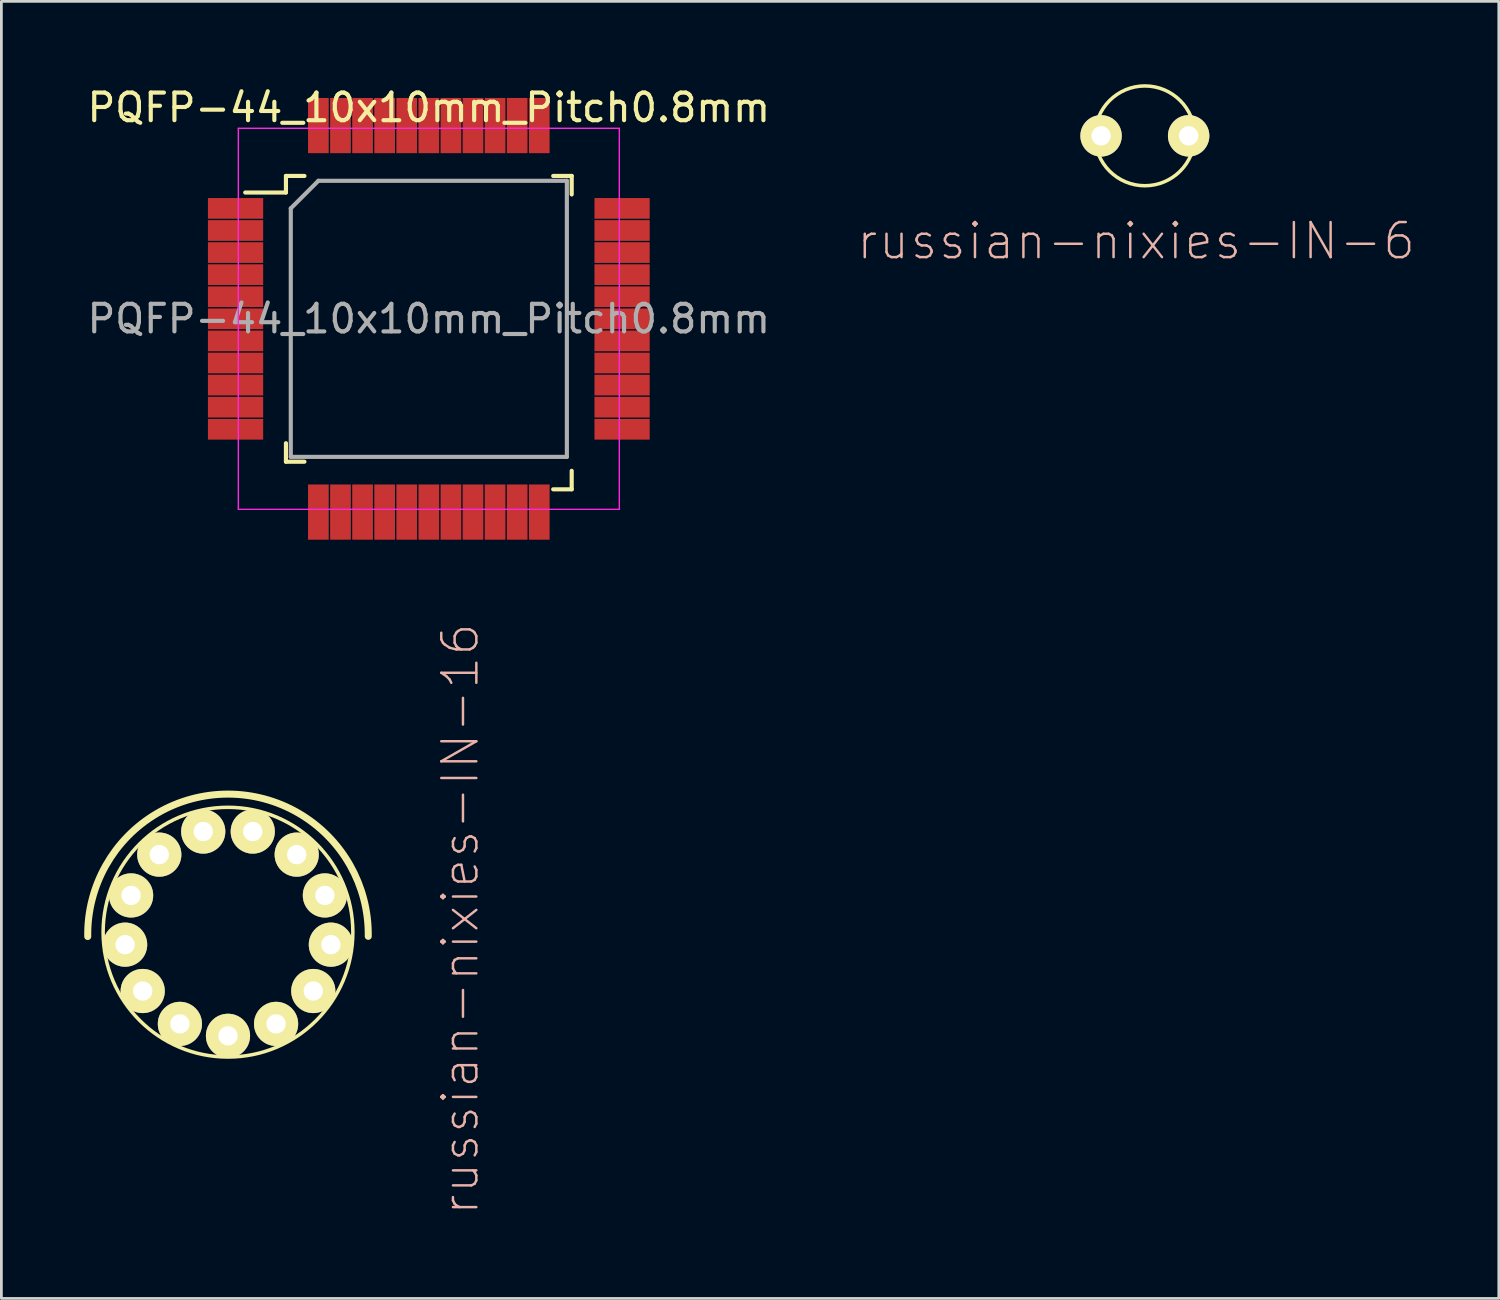
<source format=kicad_pcb>
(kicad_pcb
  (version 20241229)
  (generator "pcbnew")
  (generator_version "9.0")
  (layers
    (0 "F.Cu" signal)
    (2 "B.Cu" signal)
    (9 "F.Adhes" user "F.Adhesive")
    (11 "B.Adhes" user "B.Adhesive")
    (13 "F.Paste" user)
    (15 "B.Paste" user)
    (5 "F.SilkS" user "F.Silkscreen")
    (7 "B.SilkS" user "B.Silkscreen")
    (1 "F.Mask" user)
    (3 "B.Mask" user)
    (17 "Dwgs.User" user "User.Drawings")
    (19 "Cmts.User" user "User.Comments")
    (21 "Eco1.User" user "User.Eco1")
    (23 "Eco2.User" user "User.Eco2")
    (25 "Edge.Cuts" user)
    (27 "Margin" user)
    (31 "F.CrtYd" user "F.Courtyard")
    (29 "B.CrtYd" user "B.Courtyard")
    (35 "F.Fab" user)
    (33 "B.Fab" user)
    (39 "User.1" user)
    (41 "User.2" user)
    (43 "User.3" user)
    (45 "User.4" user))
  (footprint "russian-nixies-IN-6"
    (layer "F.Cu")
    (at 38.418 1.87)
    (property "Reference" "russian-nixies-IN-6" (at -0.318 3.81 180) (layer "B.SilkS") (effects (font (size 1.27 1.27) (thickness 0.089))))
    (attr exclude_from_pos_files exclude_from_bom)
    (fp_circle (center 0 0) (end -1.278 1.278) (stroke (width 0.127) (type solid)) (fill no) (layer "F.SilkS"))
    (pad "A" thru_hole circle (at -1.587 0) (size 1.5 1.5) (drill 0.7) (layers "*.Cu" "F.Mask" "F.SilkS" "F.Paste"))
    (pad "K" thru_hole circle (at 1.585 0) (size 1.5 1.5) (drill 0.7) (layers "*.Cu" "F.Mask" "F.SilkS" "F.Paste")))
  (footprint "russian-nixies-IN-16"
    (layer "F.Cu")
    (at 5.208 30.714)
    (property "Reference" "russian-nixies-IN-16" (at 8.412 -0.475 90) (layer "B.SilkS") (effects (font (size 1.27 1.27) (thickness 0.089))))
    (attr exclude_from_pos_files exclude_from_bom)
    (fp_arc (start -5.08 0.15748) (mid -0.003371 -5.001869) (end 5.0801 0.150739) (stroke (width 0.254) (type solid)) (layer "F.SilkS"))
    (fp_circle (center 0 0) (end -3.198 3.198) (stroke (width 0.127) (type solid)) (fill no) (layer "F.SilkS"))
    (pad "0" thru_hole circle (at -1.742 3.322) (size 1.6 1.6) (drill 0.7) (layers "*.Cu" "F.Mask" "F.SilkS" "F.Paste"))
    (pad "1" thru_hole circle (at 1.742 3.322) (size 1.6 1.6) (drill 0.7) (layers "*.Cu" "F.Mask" "F.SilkS" "F.Paste"))
    (pad "2" thru_hole circle (at 3.089 2.131) (size 1.6 1.6) (drill 0.7) (layers "*.Cu" "F.Mask" "F.SilkS" "F.Paste"))
    (pad "3" thru_hole circle (at 3.726 0.452) (size 1.6 1.6) (drill 0.7) (layers "*.Cu" "F.Mask" "F.SilkS" "F.Paste"))
    (pad "4" thru_hole circle (at 2.489 -2.809) (size 1.6 1.6) (drill 0.7) (layers "*.Cu" "F.Mask" "F.SilkS" "F.Paste"))
    (pad "5" thru_hole circle (at 0.897 -3.645) (size 1.6 1.6) (drill 0.7) (layers "*.Cu" "F.Mask" "F.SilkS" "F.Paste"))
    (pad "6" thru_hole circle (at -0.897 -3.645) (size 1.6 1.6) (drill 0.7) (layers "*.Cu" "F.Mask" "F.SilkS" "F.Paste"))
    (pad "7" thru_hole circle (at -2.489 -2.809) (size 1.6 1.6) (drill 0.7) (layers "*.Cu" "F.Mask" "F.SilkS" "F.Paste"))
    (pad "8" thru_hole circle (at -3.726 0.452) (size 1.6 1.6) (drill 0.7) (layers "*.Cu" "F.Mask" "F.SilkS" "F.Paste"))
    (pad "9" thru_hole circle (at -3.089 2.131) (size 1.6 1.6) (drill 0.7) (layers "*.Cu" "F.Mask" "F.SilkS" "F.Paste"))
    (pad "A" thru_hole circle (at 0 3.754) (size 1.6 1.6) (drill 0.7) (layers "*.Cu" "F.Mask" "F.SilkS" "F.Paste"))
    (pad "LHDP" thru_hole circle (at -3.51 -1.331) (size 1.6 1.6) (drill 0.7) (layers "*.Cu" "F.Mask" "F.SilkS" "F.Paste"))
    (pad "RHDP" thru_hole circle (at 3.51 -1.331) (size 1.6 1.6) (drill 0.7) (layers "*.Cu" "F.Mask" "F.SilkS" "F.Paste")))
  (footprint "PQFP-44_10x10mm_Pitch0.8mm"
    (layer "F.Cu")
    (at 12.482 8.498)
    (property "Reference" "PQFP-44_10x10mm_Pitch0.8mm" (at 0 -7.65 0) (layer "F.SilkS") (effects (font (size 1 1) (thickness 0.15))))
    (attr smd)
    (fp_line (start -5.175 -5.175) (end -5.175 -4.575) (stroke (width 0.15) (type solid)) (layer "F.SilkS"))
    (fp_line (start -5.175 -5.175) (end -4.505 -5.175) (stroke (width 0.15) (type solid)) (layer "F.SilkS"))
    (fp_line (start -5.175 -4.575) (end -6.65 -4.575) (stroke (width 0.15) (type solid)) (layer "F.SilkS"))
    (fp_line (start -5.175 5.175) (end -5.175 4.505) (stroke (width 0.15) (type solid)) (layer "F.SilkS"))
    (fp_line (start -5.175 5.175) (end -4.505 5.175) (stroke (width 0.15) (type solid)) (layer "F.SilkS"))
    (fp_line (start 5.175 -5.175) (end 4.505 -5.175) (stroke (width 0.15) (type solid)) (layer "F.SilkS"))
    (fp_line (start 5.175 -5.175) (end 5.175 -4.505) (stroke (width 0.15) (type solid)) (layer "F.SilkS"))
    (fp_line (start 5.175 6.175) (end 4.505 6.175) (stroke (width 0.15) (type solid)) (layer "F.SilkS"))
    (fp_line (start 5.175 6.175) (end 5.175 5.505) (stroke (width 0.15) (type solid)) (layer "F.SilkS"))
    (fp_line (start -6.9 -6.9) (end -6.9 6.9) (stroke (width 0.05) (type solid)) (layer "F.CrtYd"))
    (fp_line (start -6.9 -6.9) (end 6.9 -6.9) (stroke (width 0.05) (type solid)) (layer "F.CrtYd"))
    (fp_line (start -6.9 6.9) (end 6.9 6.9) (stroke (width 0.05) (type solid)) (layer "F.CrtYd"))
    (fp_line (start 6.9 -6.9) (end 6.9 6.9) (stroke (width 0.05) (type solid)) (layer "F.CrtYd"))
    (fp_line (start -5 -4) (end -4 -5) (stroke (width 0.15) (type solid)) (layer "F.Fab"))
    (fp_line (start -5 5) (end -5 -4) (stroke (width 0.15) (type solid)) (layer "F.Fab"))
    (fp_line (start -4 -5) (end 5 -5) (stroke (width 0.15) (type solid)) (layer "F.Fab"))
    (fp_line (start 5 -5) (end 5 5) (stroke (width 0.15) (type solid)) (layer "F.Fab"))
    (fp_line (start 5 5) (end -5 5) (stroke (width 0.15) (type solid)) (layer "F.Fab"))
    (fp_text user "${REFERENCE}" (at 0 0 0) (layer "F.Fab") (effects (font (size 1 1) (thickness 0.15))))
    (pad "1" smd rect (at -7 -4) (size 2 0.75) (layers "F.Cu" "F.Mask" "F.Paste"))
    (pad "2" smd rect (at -7 -3.2) (size 2 0.75) (layers "F.Cu" "F.Mask" "F.Paste"))
    (pad "3" smd rect (at -7 -2.4) (size 2 0.75) (layers "F.Cu" "F.Mask" "F.Paste"))
    (pad "4" smd rect (at -7 -1.6) (size 2 0.75) (layers "F.Cu" "F.Mask" "F.Paste"))
    (pad "5" smd rect (at -7 -0.8) (size 2 0.75) (layers "F.Cu" "F.Mask" "F.Paste"))
    (pad "6" smd rect (at -7 0) (size 2 0.75) (layers "F.Cu" "F.Mask" "F.Paste"))
    (pad "7" smd rect (at -7 0.8) (size 2 0.75) (layers "F.Cu" "F.Mask" "F.Paste"))
    (pad "8" smd rect (at -7 1.6) (size 2 0.75) (layers "F.Cu" "F.Mask" "F.Paste"))
    (pad "9" smd rect (at -7 2.4) (size 2 0.75) (layers "F.Cu" "F.Mask" "F.Paste"))
    (pad "10" smd rect (at -7 3.2) (size 2 0.75) (layers "F.Cu" "F.Mask" "F.Paste"))
    (pad "11" smd rect (at -7 4) (size 2 0.75) (layers "F.Cu" "F.Mask" "F.Paste"))
    (pad "12" smd rect (at -4 7 90) (size 2 0.75) (layers "F.Cu" "F.Mask" "F.Paste"))
    (pad "13" smd rect (at -3.2 7 90) (size 2 0.75) (layers "F.Cu" "F.Mask" "F.Paste"))
    (pad "14" smd rect (at -2.4 7 90) (size 2 0.75) (layers "F.Cu" "F.Mask" "F.Paste"))
    (pad "15" smd rect (at -1.6 7 90) (size 2 0.75) (layers "F.Cu" "F.Mask" "F.Paste"))
    (pad "16" smd rect (at -0.8 7 90) (size 2 0.75) (layers "F.Cu" "F.Mask" "F.Paste"))
    (pad "17" smd rect (at 0 7 90) (size 2 0.75) (layers "F.Cu" "F.Mask" "F.Paste"))
    (pad "18" smd rect (at 0.8 7 90) (size 2 0.75) (layers "F.Cu" "F.Mask" "F.Paste"))
    (pad "19" smd rect (at 1.6 7 90) (size 2 0.75) (layers "F.Cu" "F.Mask" "F.Paste"))
    (pad "20" smd rect (at 2.4 7 90) (size 2 0.75) (layers "F.Cu" "F.Mask" "F.Paste"))
    (pad "21" smd rect (at 3.2 7 90) (size 2 0.75) (layers "F.Cu" "F.Mask" "F.Paste"))
    (pad "22" smd rect (at 4 7 90) (size 2 0.75) (layers "F.Cu" "F.Mask" "F.Paste"))
    (pad "23" smd rect (at 7 4) (size 2 0.75) (layers "F.Cu" "F.Mask" "F.Paste"))
    (pad "24" smd rect (at 7 3.2) (size 2 0.75) (layers "F.Cu" "F.Mask" "F.Paste"))
    (pad "25" smd rect (at 7 2.4) (size 2 0.75) (layers "F.Cu" "F.Mask" "F.Paste"))
    (pad "26" smd rect (at 7 1.6) (size 2 0.75) (layers "F.Cu" "F.Mask" "F.Paste"))
    (pad "27" smd rect (at 7 0.8) (size 2 0.75) (layers "F.Cu" "F.Mask" "F.Paste"))
    (pad "28" smd rect (at 7 0) (size 2 0.75) (layers "F.Cu" "F.Mask" "F.Paste"))
    (pad "29" smd rect (at 7 -0.8) (size 2 0.75) (layers "F.Cu" "F.Mask" "F.Paste"))
    (pad "30" smd rect (at 7 -1.6) (size 2 0.75) (layers "F.Cu" "F.Mask" "F.Paste"))
    (pad "31" smd rect (at 7 -2.4) (size 2 0.75) (layers "F.Cu" "F.Mask" "F.Paste"))
    (pad "32" smd rect (at 7 -3.2) (size 2 0.75) (layers "F.Cu" "F.Mask" "F.Paste"))
    (pad "33" smd rect (at 7 -4) (size 2 0.75) (layers "F.Cu" "F.Mask" "F.Paste"))
    (pad "34" smd rect (at 4 -7 90) (size 2 0.75) (layers "F.Cu" "F.Mask" "F.Paste"))
    (pad "35" smd rect (at 3.2 -7 90) (size 2 0.75) (layers "F.Cu" "F.Mask" "F.Paste"))
    (pad "36" smd rect (at 2.4 -7 90) (size 2 0.75) (layers "F.Cu" "F.Mask" "F.Paste"))
    (pad "37" smd rect (at 1.6 -7 90) (size 2 0.75) (layers "F.Cu" "F.Mask" "F.Paste"))
    (pad "38" smd rect (at 0.8 -7 90) (size 2 0.75) (layers "F.Cu" "F.Mask" "F.Paste"))
    (pad "39" smd rect (at 0 -7 90) (size 2 0.75) (layers "F.Cu" "F.Mask" "F.Paste"))
    (pad "40" smd rect (at -0.8 -7 90) (size 2 0.75) (layers "F.Cu" "F.Mask" "F.Paste"))
    (pad "41" smd rect (at -1.6 -7 90) (size 2 0.75) (layers "F.Cu" "F.Mask" "F.Paste"))
    (pad "42" smd rect (at -2.4 -7 90) (size 2 0.75) (layers "F.Cu" "F.Mask" "F.Paste"))
    (pad "43" smd rect (at -3.2 -7 90) (size 2 0.75) (layers "F.Cu" "F.Mask" "F.Paste"))
    (pad "44" smd rect (at -4 -7 90) (size 2 0.75) (layers "F.Cu" "F.Mask" "F.Paste")))
  (gr_rect
    (start -3 -3)
    (end 51.237 43.98)
    (stroke (width 0.1) (type default))
    (fill no)
    (layer "Edge.Cuts")))
</source>
